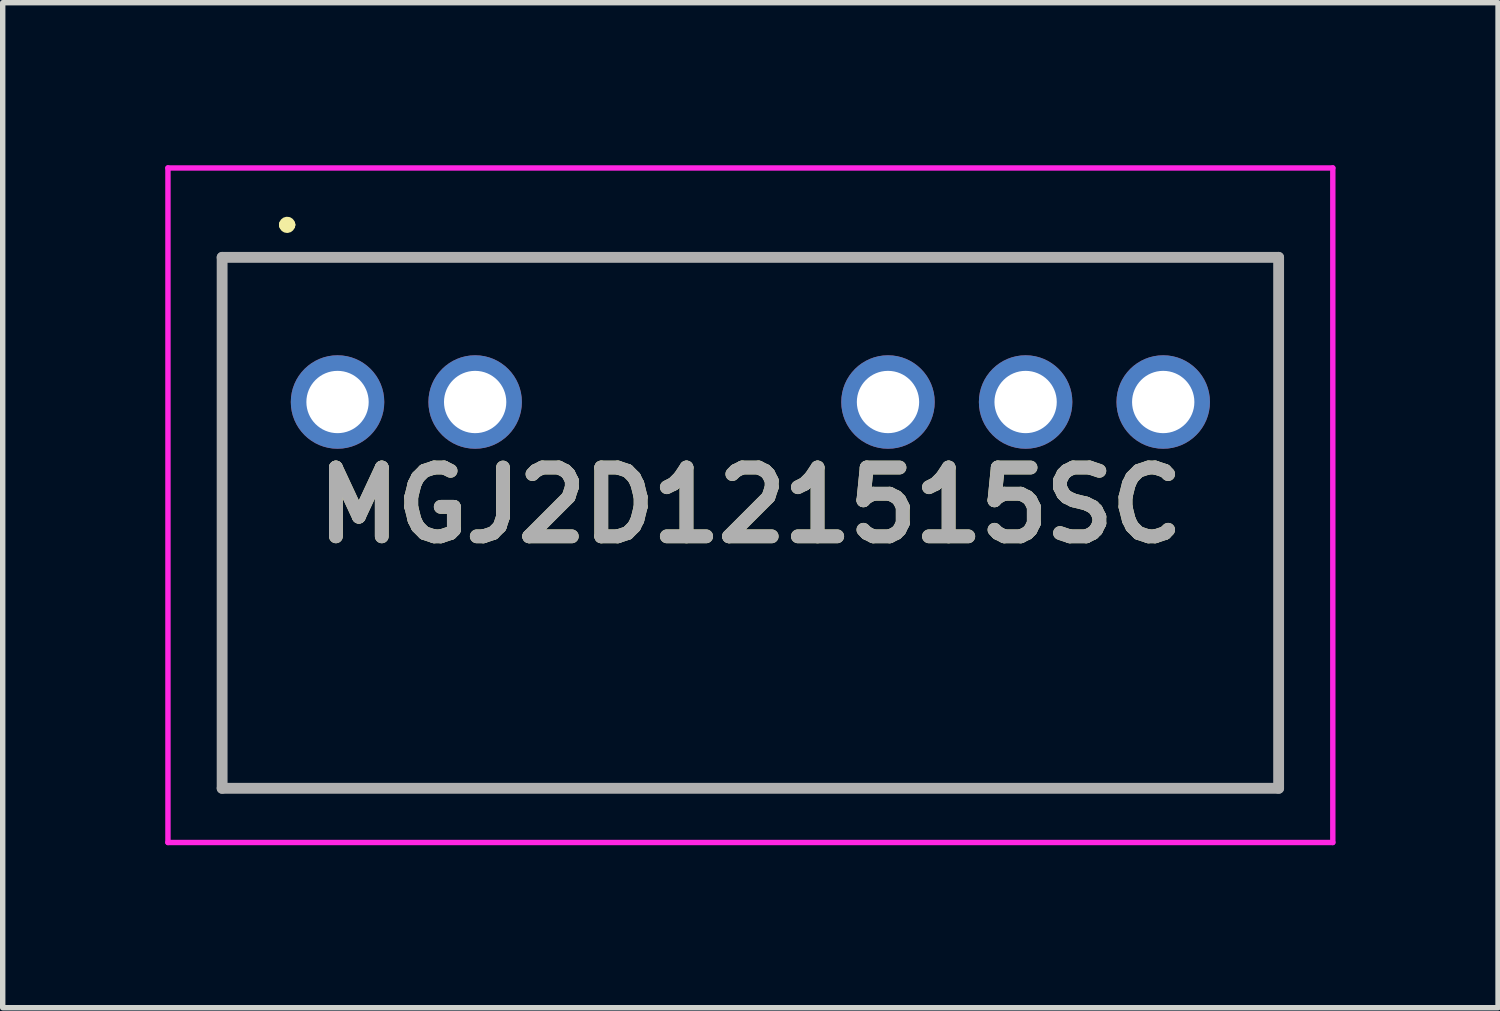
<source format=kicad_pcb>
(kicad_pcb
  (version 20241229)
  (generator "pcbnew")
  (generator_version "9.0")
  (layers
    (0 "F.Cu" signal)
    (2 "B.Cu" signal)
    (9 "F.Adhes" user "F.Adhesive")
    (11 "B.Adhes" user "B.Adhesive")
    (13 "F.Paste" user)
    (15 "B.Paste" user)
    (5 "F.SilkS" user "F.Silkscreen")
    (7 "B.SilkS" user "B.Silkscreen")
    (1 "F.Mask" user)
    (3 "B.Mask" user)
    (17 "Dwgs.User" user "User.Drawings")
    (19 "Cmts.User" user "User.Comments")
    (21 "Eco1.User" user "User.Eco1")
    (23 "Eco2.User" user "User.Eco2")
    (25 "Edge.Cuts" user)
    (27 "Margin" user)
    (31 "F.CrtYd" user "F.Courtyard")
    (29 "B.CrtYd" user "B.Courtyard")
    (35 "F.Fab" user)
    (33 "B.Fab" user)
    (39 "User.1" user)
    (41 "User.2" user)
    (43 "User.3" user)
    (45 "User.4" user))
  (footprint "MGJ2D121515SC"
    (layer "F.Cu")
    (at 3.18 4.37)
    (property "Reference" "MGJ2D121515SC" (at 7.62 1.905 0) (layer "F.SilkS") (effects (font (size 1.27 1.27) (thickness 0.254))))
    (attr through_hole)
    (fp_line (start -2.13 -2.67) (end 17.37 -2.67) (stroke (width 0.1) (type solid)) (layer "F.SilkS"))
    (fp_line (start -2.13 7.13) (end -2.13 -2.67) (stroke (width 0.1) (type solid)) (layer "F.SilkS"))
    (fp_line (start -0.98 -3.27) (end -0.98 -3.27) (stroke (width 0.2) (type solid)) (layer "F.SilkS"))
    (fp_line (start -0.88 -3.27) (end -0.88 -3.27) (stroke (width 0.2) (type solid)) (layer "F.SilkS"))
    (fp_line (start 17.37 -2.67) (end 17.37 7.13) (stroke (width 0.1) (type solid)) (layer "F.SilkS"))
    (fp_line (start 17.37 7.13) (end -2.13 7.13) (stroke (width 0.1) (type solid)) (layer "F.SilkS"))
    (fp_arc (start -0.98 -3.27) (mid -0.93 -3.32) (end -0.88 -3.27) (stroke (width 0.2) (type solid)) (layer "F.SilkS"))
    (fp_arc (start -0.88 -3.27) (mid -0.93 -3.22) (end -0.98 -3.27) (stroke (width 0.2) (type solid)) (layer "F.SilkS"))
    (fp_line (start -3.13 -4.32) (end 18.37 -4.32) (stroke (width 0.1) (type solid)) (layer "F.CrtYd"))
    (fp_line (start -3.13 8.13) (end -3.13 -4.32) (stroke (width 0.1) (type solid)) (layer "F.CrtYd"))
    (fp_line (start 18.37 -4.32) (end 18.37 8.13) (stroke (width 0.1) (type solid)) (layer "F.CrtYd"))
    (fp_line (start 18.37 8.13) (end -3.13 8.13) (stroke (width 0.1) (type solid)) (layer "F.CrtYd"))
    (fp_line (start -2.13 -2.67) (end 17.37 -2.67) (stroke (width 0.2) (type solid)) (layer "F.Fab"))
    (fp_line (start -2.13 7.13) (end -2.13 -2.67) (stroke (width 0.2) (type solid)) (layer "F.Fab"))
    (fp_line (start 17.37 -2.67) (end 17.37 7.13) (stroke (width 0.2) (type solid)) (layer "F.Fab"))
    (fp_line (start 17.37 7.13) (end -2.13 7.13) (stroke (width 0.2) (type solid)) (layer "F.Fab"))
    (fp_text user "${REFERENCE}" (at 7.62 1.905 0) (layer "F.Fab") (effects (font (size 1.27 1.27) (thickness 0.254))))
    (pad "1" thru_hole circle (at 0 0) (size 1.725 1.725) (drill 1.15) (layers "*.Cu" "*.Mask"))
    (pad "2" thru_hole circle (at 2.54 0) (size 1.725 1.725) (drill 1.15) (layers "*.Cu" "*.Mask"))
    (pad "5" thru_hole circle (at 10.16 0) (size 1.725 1.725) (drill 1.15) (layers "*.Cu" "*.Mask"))
    (pad "6" thru_hole circle (at 12.7 0) (size 1.725 1.725) (drill 1.15) (layers "*.Cu" "*.Mask"))
    (pad "7" thru_hole circle (at 15.24 0) (size 1.725 1.725) (drill 1.15) (layers "*.Cu" "*.Mask")))
  (gr_rect
    (start -3 -3)
    (end 24.6 15.55)
    (stroke (width 0.1) (type default))
    (fill no)
    (layer "Edge.Cuts")))
</source>
